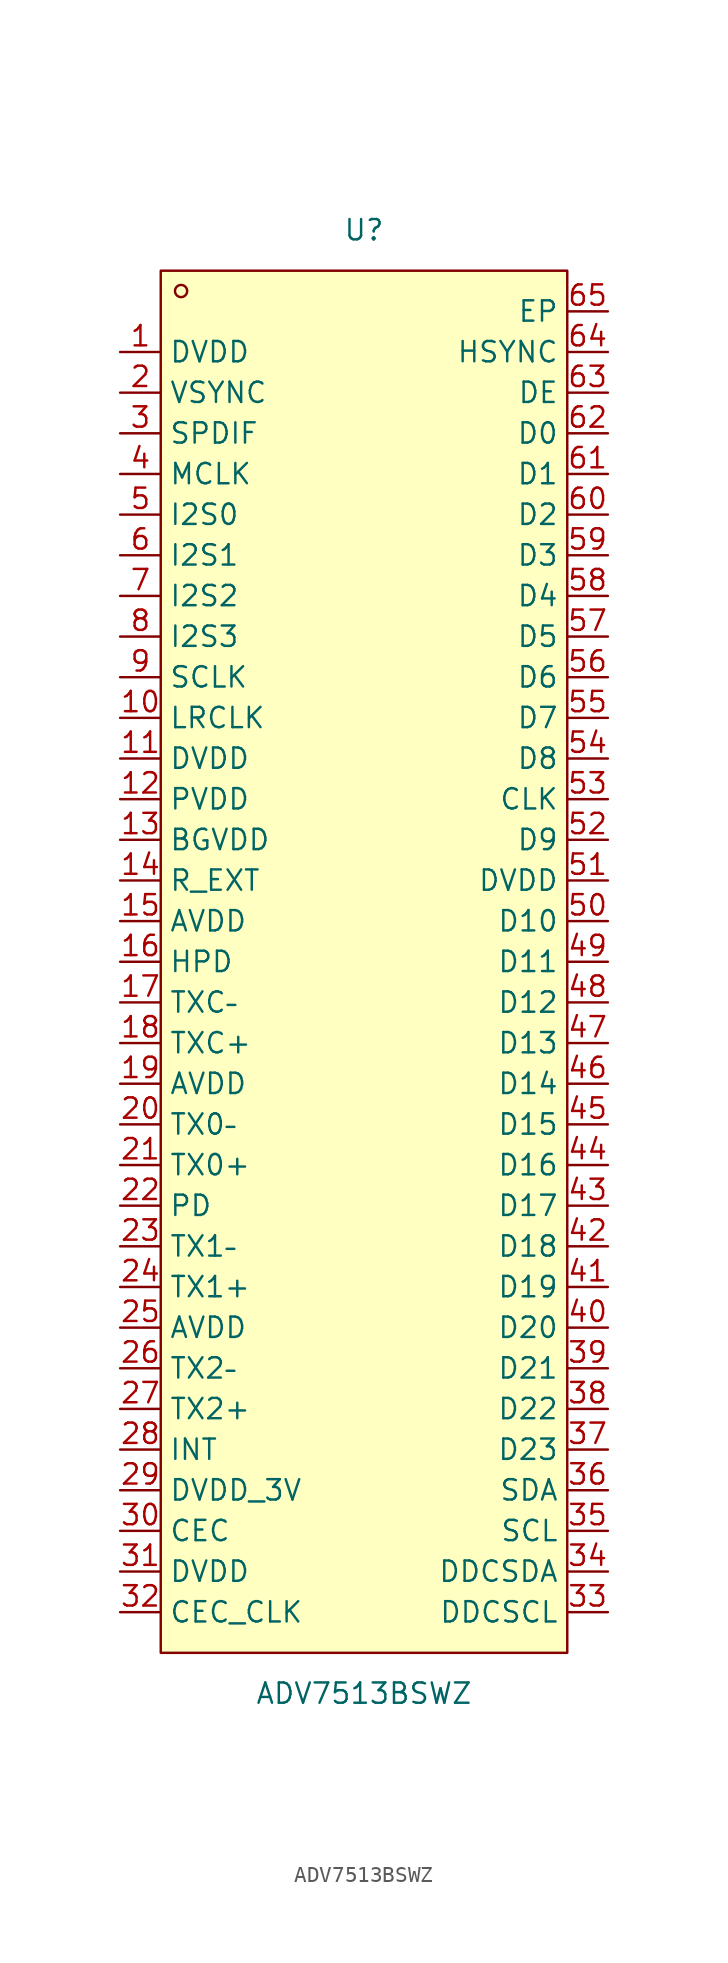
<source format=kicad_sym>
(kicad_symbol_lib
  (version 20211014)
  (generator https://github.com/uPesy/easyeda2kicad.py)
  (symbol "ADV7513BSWZ"
    (property "Reference" "U"
      (at 0 45.72 0)
      (effects (font (size 1.27 1.27))))
    (property "Value" "ADV7513BSWZ"
      (at 0 -45.72 0)
      (effects (font (size 1.27 1.27))))
    (symbol "ADV7513BSWZ_0_1"
      (rectangle (start -12.70 43.18) (end 12.70 -43.18) (stroke (width 0) (type default) (color 0 0 0 0)) (fill (type background)))
      (circle (center -11.43 41.91) (radius 0.38) (stroke (width 0) (type default) (color 0 0 0 0)) (fill (type none)))
      (pin unspecified line (at -15.24 38.10 0) (length 2.54) (name "DVDD" (effects (font (size 1.27 1.27)))) (number "1" (effects (font (size 1.27 1.27)))))
      (pin unspecified line (at -15.24 35.56 0) (length 2.54) (name "VSYNC" (effects (font (size 1.27 1.27)))) (number "2" (effects (font (size 1.27 1.27)))))
      (pin unspecified line (at -15.24 33.02 0) (length 2.54) (name "SPDIF" (effects (font (size 1.27 1.27)))) (number "3" (effects (font (size 1.27 1.27)))))
      (pin unspecified line (at -15.24 30.48 0) (length 2.54) (name "MCLK" (effects (font (size 1.27 1.27)))) (number "4" (effects (font (size 1.27 1.27)))))
      (pin unspecified line (at -15.24 27.94 0) (length 2.54) (name "I2S0" (effects (font (size 1.27 1.27)))) (number "5" (effects (font (size 1.27 1.27)))))
      (pin unspecified line (at -15.24 25.40 0) (length 2.54) (name "I2S1" (effects (font (size 1.27 1.27)))) (number "6" (effects (font (size 1.27 1.27)))))
      (pin unspecified line (at -15.24 22.86 0) (length 2.54) (name "I2S2" (effects (font (size 1.27 1.27)))) (number "7" (effects (font (size 1.27 1.27)))))
      (pin unspecified line (at -15.24 20.32 0) (length 2.54) (name "I2S3" (effects (font (size 1.27 1.27)))) (number "8" (effects (font (size 1.27 1.27)))))
      (pin unspecified line (at -15.24 17.78 0) (length 2.54) (name "SCLK" (effects (font (size 1.27 1.27)))) (number "9" (effects (font (size 1.27 1.27)))))
      (pin unspecified line (at -15.24 15.24 0) (length 2.54) (name "LRCLK" (effects (font (size 1.27 1.27)))) (number "10" (effects (font (size 1.27 1.27)))))
      (pin unspecified line (at -15.24 12.70 0) (length 2.54) (name "DVDD" (effects (font (size 1.27 1.27)))) (number "11" (effects (font (size 1.27 1.27)))))
      (pin unspecified line (at -15.24 10.16 0) (length 2.54) (name "PVDD" (effects (font (size 1.27 1.27)))) (number "12" (effects (font (size 1.27 1.27)))))
      (pin unspecified line (at -15.24 7.62 0) (length 2.54) (name "BGVDD" (effects (font (size 1.27 1.27)))) (number "13" (effects (font (size 1.27 1.27)))))
      (pin unspecified line (at -15.24 5.08 0) (length 2.54) (name "R_EXT" (effects (font (size 1.27 1.27)))) (number "14" (effects (font (size 1.27 1.27)))))
      (pin unspecified line (at -15.24 2.54 0) (length 2.54) (name "AVDD" (effects (font (size 1.27 1.27)))) (number "15" (effects (font (size 1.27 1.27)))))
      (pin unspecified line (at -15.24 -0.00 0) (length 2.54) (name "HPD" (effects (font (size 1.27 1.27)))) (number "16" (effects (font (size 1.27 1.27)))))
      (pin unspecified line (at -15.24 -2.54 0) (length 2.54) (name "TXC–" (effects (font (size 1.27 1.27)))) (number "17" (effects (font (size 1.27 1.27)))))
      (pin unspecified line (at -15.24 -5.08 0) (length 2.54) (name "TXC+" (effects (font (size 1.27 1.27)))) (number "18" (effects (font (size 1.27 1.27)))))
      (pin unspecified line (at -15.24 -7.62 0) (length 2.54) (name "AVDD" (effects (font (size 1.27 1.27)))) (number "19" (effects (font (size 1.27 1.27)))))
      (pin unspecified line (at -15.24 -10.16 0) (length 2.54) (name "TX0–" (effects (font (size 1.27 1.27)))) (number "20" (effects (font (size 1.27 1.27)))))
      (pin unspecified line (at -15.24 -12.70 0) (length 2.54) (name "TX0+" (effects (font (size 1.27 1.27)))) (number "21" (effects (font (size 1.27 1.27)))))
      (pin unspecified line (at -15.24 -15.24 0) (length 2.54) (name "PD" (effects (font (size 1.27 1.27)))) (number "22" (effects (font (size 1.27 1.27)))))
      (pin unspecified line (at -15.24 -17.78 0) (length 2.54) (name "TX1–" (effects (font (size 1.27 1.27)))) (number "23" (effects (font (size 1.27 1.27)))))
      (pin unspecified line (at -15.24 -20.32 0) (length 2.54) (name "TX1+" (effects (font (size 1.27 1.27)))) (number "24" (effects (font (size 1.27 1.27)))))
      (pin unspecified line (at -15.24 -22.86 0) (length 2.54) (name "AVDD" (effects (font (size 1.27 1.27)))) (number "25" (effects (font (size 1.27 1.27)))))
      (pin unspecified line (at -15.24 -25.40 0) (length 2.54) (name "TX2–" (effects (font (size 1.27 1.27)))) (number "26" (effects (font (size 1.27 1.27)))))
      (pin unspecified line (at -15.24 -27.94 0) (length 2.54) (name "TX2+" (effects (font (size 1.27 1.27)))) (number "27" (effects (font (size 1.27 1.27)))))
      (pin unspecified line (at -15.24 -30.48 0) (length 2.54) (name "INT" (effects (font (size 1.27 1.27)))) (number "28" (effects (font (size 1.27 1.27)))))
      (pin unspecified line (at -15.24 -33.02 0) (length 2.54) (name "DVDD_3V" (effects (font (size 1.27 1.27)))) (number "29" (effects (font (size 1.27 1.27)))))
      (pin unspecified line (at -15.24 -35.56 0) (length 2.54) (name "CEC" (effects (font (size 1.27 1.27)))) (number "30" (effects (font (size 1.27 1.27)))))
      (pin unspecified line (at -15.24 -38.10 0) (length 2.54) (name "DVDD" (effects (font (size 1.27 1.27)))) (number "31" (effects (font (size 1.27 1.27)))))
      (pin unspecified line (at -15.24 -40.64 0) (length 2.54) (name "CEC_CLK" (effects (font (size 1.27 1.27)))) (number "32" (effects (font (size 1.27 1.27)))))
      (pin unspecified line (at 15.24 -40.64 180) (length 2.54) (name "DDCSCL" (effects (font (size 1.27 1.27)))) (number "33" (effects (font (size 1.27 1.27)))))
      (pin unspecified line (at 15.24 -38.10 180) (length 2.54) (name "DDCSDA" (effects (font (size 1.27 1.27)))) (number "34" (effects (font (size 1.27 1.27)))))
      (pin unspecified line (at 15.24 -35.56 180) (length 2.54) (name "SCL" (effects (font (size 1.27 1.27)))) (number "35" (effects (font (size 1.27 1.27)))))
      (pin unspecified line (at 15.24 -33.02 180) (length 2.54) (name "SDA" (effects (font (size 1.27 1.27)))) (number "36" (effects (font (size 1.27 1.27)))))
      (pin unspecified line (at 15.24 -30.48 180) (length 2.54) (name "D23" (effects (font (size 1.27 1.27)))) (number "37" (effects (font (size 1.27 1.27)))))
      (pin unspecified line (at 15.24 -27.94 180) (length 2.54) (name "D22" (effects (font (size 1.27 1.27)))) (number "38" (effects (font (size 1.27 1.27)))))
      (pin unspecified line (at 15.24 -25.40 180) (length 2.54) (name "D21" (effects (font (size 1.27 1.27)))) (number "39" (effects (font (size 1.27 1.27)))))
      (pin unspecified line (at 15.24 -22.86 180) (length 2.54) (name "D20" (effects (font (size 1.27 1.27)))) (number "40" (effects (font (size 1.27 1.27)))))
      (pin unspecified line (at 15.24 -20.32 180) (length 2.54) (name "D19" (effects (font (size 1.27 1.27)))) (number "41" (effects (font (size 1.27 1.27)))))
      (pin unspecified line (at 15.24 -17.78 180) (length 2.54) (name "D18" (effects (font (size 1.27 1.27)))) (number "42" (effects (font (size 1.27 1.27)))))
      (pin unspecified line (at 15.24 -15.24 180) (length 2.54) (name "D17" (effects (font (size 1.27 1.27)))) (number "43" (effects (font (size 1.27 1.27)))))
      (pin unspecified line (at 15.24 -12.70 180) (length 2.54) (name "D16" (effects (font (size 1.27 1.27)))) (number "44" (effects (font (size 1.27 1.27)))))
      (pin unspecified line (at 15.24 -10.16 180) (length 2.54) (name "D15" (effects (font (size 1.27 1.27)))) (number "45" (effects (font (size 1.27 1.27)))))
      (pin unspecified line (at 15.24 -7.62 180) (length 2.54) (name "D14" (effects (font (size 1.27 1.27)))) (number "46" (effects (font (size 1.27 1.27)))))
      (pin unspecified line (at 15.24 -5.08 180) (length 2.54) (name "D13" (effects (font (size 1.27 1.27)))) (number "47" (effects (font (size 1.27 1.27)))))
      (pin unspecified line (at 15.24 -2.54 180) (length 2.54) (name "D12" (effects (font (size 1.27 1.27)))) (number "48" (effects (font (size 1.27 1.27)))))
      (pin unspecified line (at 15.24 -0.00 180) (length 2.54) (name "D11" (effects (font (size 1.27 1.27)))) (number "49" (effects (font (size 1.27 1.27)))))
      (pin unspecified line (at 15.24 2.54 180) (length 2.54) (name "D10" (effects (font (size 1.27 1.27)))) (number "50" (effects (font (size 1.27 1.27)))))
      (pin unspecified line (at 15.24 5.08 180) (length 2.54) (name "DVDD" (effects (font (size 1.27 1.27)))) (number "51" (effects (font (size 1.27 1.27)))))
      (pin unspecified line (at 15.24 7.62 180) (length 2.54) (name "D9" (effects (font (size 1.27 1.27)))) (number "52" (effects (font (size 1.27 1.27)))))
      (pin unspecified line (at 15.24 10.16 180) (length 2.54) (name "CLK" (effects (font (size 1.27 1.27)))) (number "53" (effects (font (size 1.27 1.27)))))
      (pin unspecified line (at 15.24 12.70 180) (length 2.54) (name "D8" (effects (font (size 1.27 1.27)))) (number "54" (effects (font (size 1.27 1.27)))))
      (pin unspecified line (at 15.24 15.24 180) (length 2.54) (name "D7" (effects (font (size 1.27 1.27)))) (number "55" (effects (font (size 1.27 1.27)))))
      (pin unspecified line (at 15.24 17.78 180) (length 2.54) (name "D6" (effects (font (size 1.27 1.27)))) (number "56" (effects (font (size 1.27 1.27)))))
      (pin unspecified line (at 15.24 20.32 180) (length 2.54) (name "D5" (effects (font (size 1.27 1.27)))) (number "57" (effects (font (size 1.27 1.27)))))
      (pin unspecified line (at 15.24 22.86 180) (length 2.54) (name "D4" (effects (font (size 1.27 1.27)))) (number "58" (effects (font (size 1.27 1.27)))))
      (pin unspecified line (at 15.24 25.40 180) (length 2.54) (name "D3" (effects (font (size 1.27 1.27)))) (number "59" (effects (font (size 1.27 1.27)))))
      (pin unspecified line (at 15.24 27.94 180) (length 2.54) (name "D2" (effects (font (size 1.27 1.27)))) (number "60" (effects (font (size 1.27 1.27)))))
      (pin unspecified line (at 15.24 30.48 180) (length 2.54) (name "D1" (effects (font (size 1.27 1.27)))) (number "61" (effects (font (size 1.27 1.27)))))
      (pin unspecified line (at 15.24 33.02 180) (length 2.54) (name "D0" (effects (font (size 1.27 1.27)))) (number "62" (effects (font (size 1.27 1.27)))))
      (pin unspecified line (at 15.24 35.56 180) (length 2.54) (name "DE" (effects (font (size 1.27 1.27)))) (number "63" (effects (font (size 1.27 1.27)))))
      (pin unspecified line (at 15.24 38.10 180) (length 2.54) (name "HSYNC" (effects (font (size 1.27 1.27)))) (number "64" (effects (font (size 1.27 1.27)))))
      (pin unspecified line (at 15.24 40.64 180) (length 2.54) (name "EP" (effects (font (size 1.27 1.27)))) (number "65" (effects (font (size 1.27 1.27))))))))
</source>
